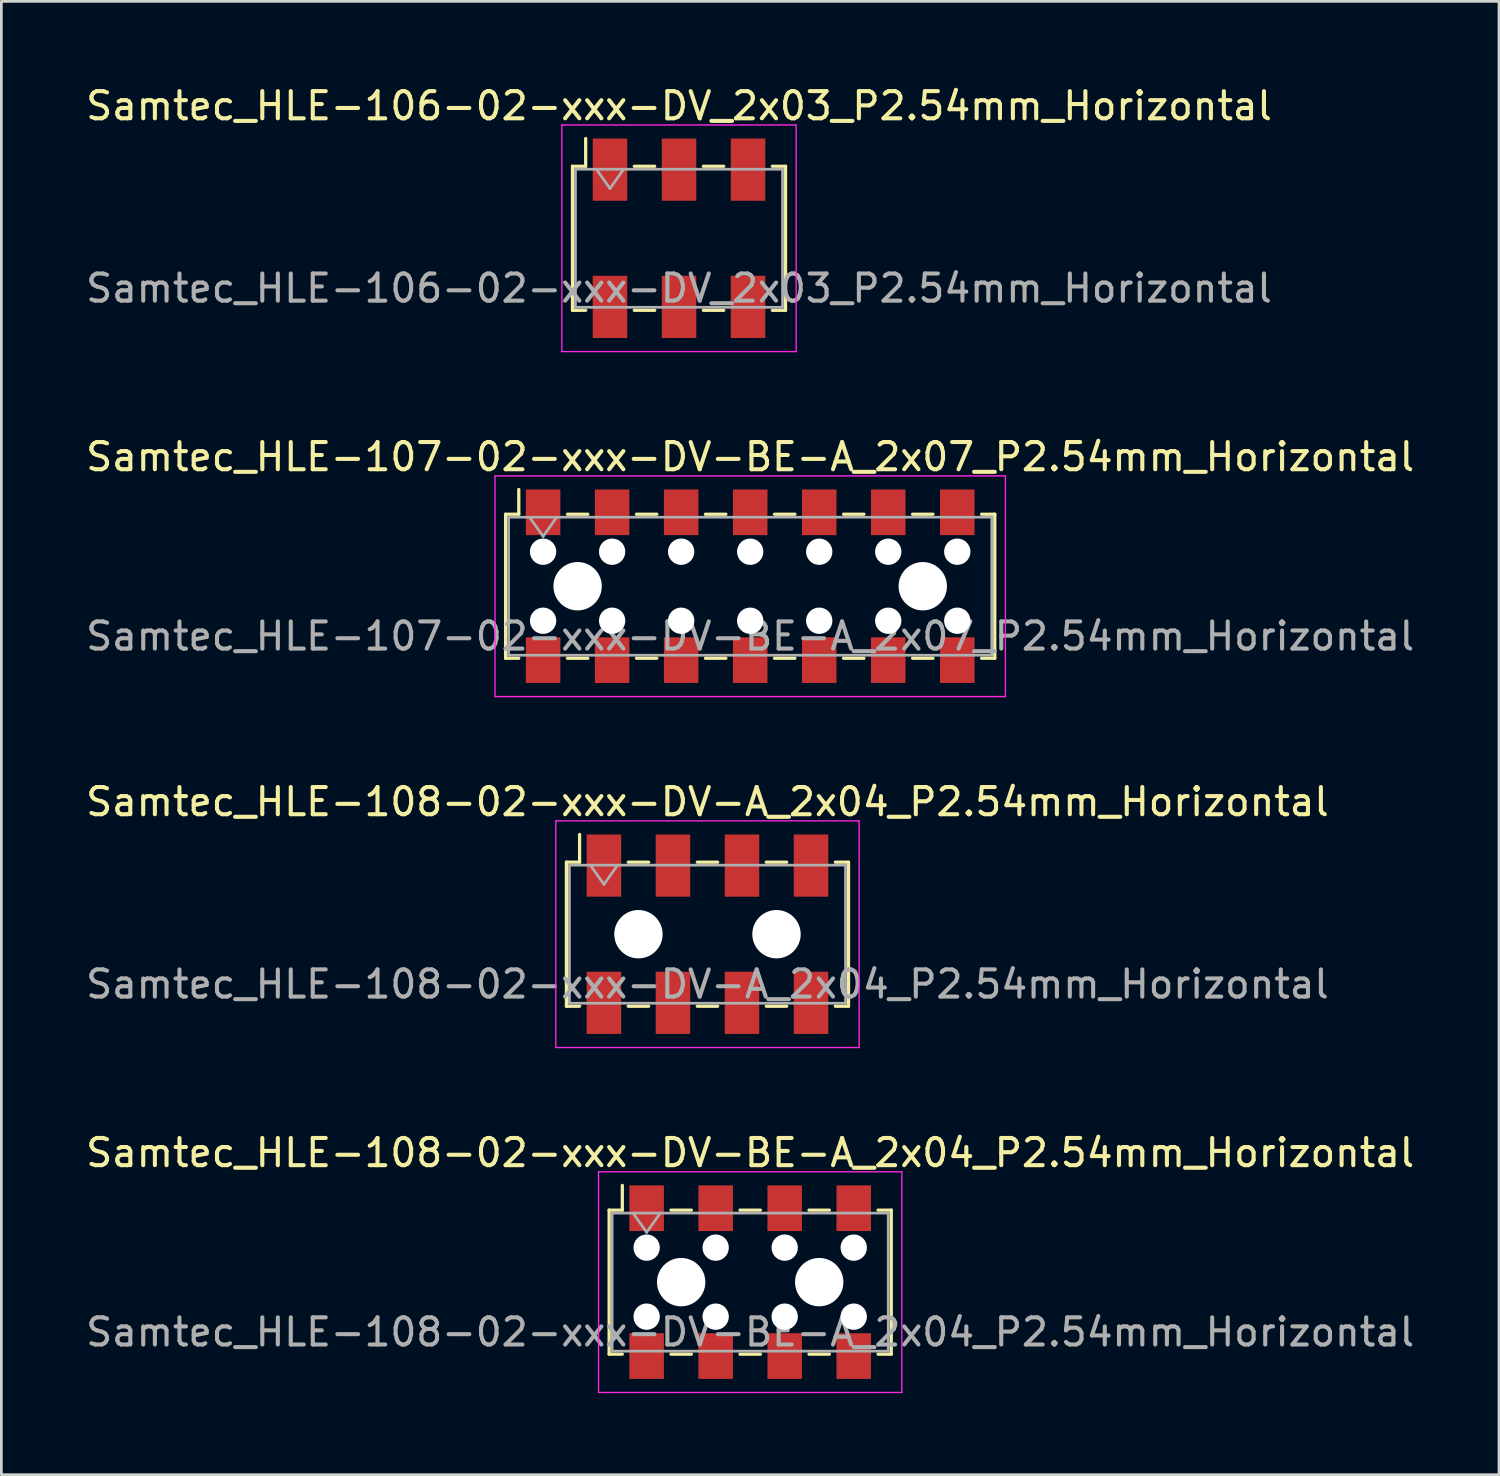
<source format=kicad_pcb>
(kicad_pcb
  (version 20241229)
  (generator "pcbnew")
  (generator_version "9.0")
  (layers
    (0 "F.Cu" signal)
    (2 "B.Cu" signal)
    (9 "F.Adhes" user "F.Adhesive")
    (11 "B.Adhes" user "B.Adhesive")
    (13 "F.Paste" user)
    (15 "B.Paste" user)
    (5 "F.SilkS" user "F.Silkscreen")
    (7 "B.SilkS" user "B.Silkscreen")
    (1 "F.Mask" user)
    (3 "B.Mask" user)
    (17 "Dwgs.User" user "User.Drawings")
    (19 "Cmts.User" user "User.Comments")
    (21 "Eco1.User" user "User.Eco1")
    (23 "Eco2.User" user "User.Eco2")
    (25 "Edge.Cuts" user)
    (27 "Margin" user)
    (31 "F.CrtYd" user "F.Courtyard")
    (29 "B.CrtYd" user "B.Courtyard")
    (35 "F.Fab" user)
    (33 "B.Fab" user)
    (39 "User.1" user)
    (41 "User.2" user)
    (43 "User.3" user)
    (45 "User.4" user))
  (footprint "Samtec_HLE-108-02-xxx-DV-A_2x04_P2.54mm_Horizontal"
    (layer "F.Cu")
    (at 22.982 31.325)
    (property "Reference" "Samtec_HLE-108-02-xxx-DV-A_2x04_P2.54mm_Horizontal" (at 0 -4.87 0) (layer "F.SilkS") (effects (font (size 1 1) (thickness 0.15))))
    (attr smd)
    (fp_line (start -5.19 -2.65) (end -5.19 2.65) (stroke (width 0.12) (type solid)) (layer "F.SilkS"))
    (fp_line (start -5.19 2.65) (end -4.705 2.65) (stroke (width 0.12) (type solid)) (layer "F.SilkS"))
    (fp_line (start -4.705 -3.67) (end -4.705 -2.65) (stroke (width 0.12) (type solid)) (layer "F.SilkS"))
    (fp_line (start -4.705 -2.65) (end -5.19 -2.65) (stroke (width 0.12) (type solid)) (layer "F.SilkS"))
    (fp_line (start -2.915 -2.65) (end -2.165 -2.65) (stroke (width 0.12) (type solid)) (layer "F.SilkS"))
    (fp_line (start -2.915 2.65) (end -2.165 2.65) (stroke (width 0.12) (type solid)) (layer "F.SilkS"))
    (fp_line (start -0.375 -2.65) (end 0.375 -2.65) (stroke (width 0.12) (type solid)) (layer "F.SilkS"))
    (fp_line (start -0.375 2.65) (end 0.375 2.65) (stroke (width 0.12) (type solid)) (layer "F.SilkS"))
    (fp_line (start 2.165 -2.65) (end 2.915 -2.65) (stroke (width 0.12) (type solid)) (layer "F.SilkS"))
    (fp_line (start 2.165 2.65) (end 2.915 2.65) (stroke (width 0.12) (type solid)) (layer "F.SilkS"))
    (fp_line (start 4.705 -2.65) (end 5.19 -2.65) (stroke (width 0.12) (type solid)) (layer "F.SilkS"))
    (fp_line (start 5.19 -2.65) (end 5.19 2.65) (stroke (width 0.12) (type solid)) (layer "F.SilkS"))
    (fp_line (start 5.19 2.65) (end 4.705 2.65) (stroke (width 0.12) (type solid)) (layer "F.SilkS"))
    (fp_line (start -5.58 -4.17) (end 5.58 -4.17) (stroke (width 0.05) (type solid)) (layer "F.CrtYd"))
    (fp_line (start -5.58 4.17) (end -5.58 -4.17) (stroke (width 0.05) (type solid)) (layer "F.CrtYd"))
    (fp_line (start 5.58 -4.17) (end 5.58 4.17) (stroke (width 0.05) (type solid)) (layer "F.CrtYd"))
    (fp_line (start 5.58 4.17) (end -5.58 4.17) (stroke (width 0.05) (type solid)) (layer "F.CrtYd"))
    (fp_line (start -5.08 -2.54) (end 5.08 -2.54) (stroke (width 0.1) (type solid)) (layer "F.Fab"))
    (fp_line (start -5.08 2.54) (end -5.08 -2.54) (stroke (width 0.1) (type solid)) (layer "F.Fab"))
    (fp_line (start -4.31 -2.54) (end -3.81 -1.833) (stroke (width 0.1) (type solid)) (layer "F.Fab"))
    (fp_line (start -3.81 -1.833) (end -3.31 -2.54) (stroke (width 0.1) (type solid)) (layer "F.Fab"))
    (fp_line (start 5.08 -2.54) (end 5.08 2.54) (stroke (width 0.1) (type solid)) (layer "F.Fab"))
    (fp_line (start 5.08 2.54) (end -5.08 2.54) (stroke (width 0.1) (type solid)) (layer "F.Fab"))
    (fp_text user "${REFERENCE}" (at 0 1.84 0) (layer "F.Fab") (effects (font (size 1 1) (thickness 0.15))))
    (pad "" np_thru_hole circle (at -2.54 0) (size 1.78 1.78) (drill 1.78) (layers "*.Cu" "*.Mask"))
    (pad "" np_thru_hole circle (at 2.54 0) (size 1.78 1.78) (drill 1.78) (layers "*.Cu" "*.Mask"))
    (pad "1" smd rect (at -3.81 -2.525) (size 1.27 2.29) (layers "F.Cu" "F.Mask" "F.Paste"))
    (pad "2" smd rect (at -3.81 2.525) (size 1.27 2.29) (layers "F.Cu" "F.Mask" "F.Paste"))
    (pad "3" smd rect (at -1.27 -2.525) (size 1.27 2.29) (layers "F.Cu" "F.Mask" "F.Paste"))
    (pad "4" smd rect (at -1.27 2.525) (size 1.27 2.29) (layers "F.Cu" "F.Mask" "F.Paste"))
    (pad "5" smd rect (at 1.27 -2.525) (size 1.27 2.29) (layers "F.Cu" "F.Mask" "F.Paste"))
    (pad "6" smd rect (at 1.27 2.525) (size 1.27 2.29) (layers "F.Cu" "F.Mask" "F.Paste"))
    (pad "7" smd rect (at 3.81 -2.525) (size 1.27 2.29) (layers "F.Cu" "F.Mask" "F.Paste"))
    (pad "8" smd rect (at 3.81 2.525) (size 1.27 2.29) (layers "F.Cu" "F.Mask" "F.Paste")))
  (footprint "Samtec_HLE-108-02-xxx-DV-BE-A_2x04_P2.54mm_Horizontal"
    (layer "F.Cu")
    (at 24.554 44.128)
    (property "Reference" "Samtec_HLE-108-02-xxx-DV-BE-A_2x04_P2.54mm_Horizontal" (at 0 -4.76 0) (layer "F.SilkS") (effects (font (size 1 1) (thickness 0.15))))
    (attr smd)
    (fp_line (start -5.19 -2.65) (end -5.19 2.65) (stroke (width 0.12) (type solid)) (layer "F.SilkS"))
    (fp_line (start -5.19 2.65) (end -4.705 2.65) (stroke (width 0.12) (type solid)) (layer "F.SilkS"))
    (fp_line (start -4.705 -3.56) (end -4.705 -2.65) (stroke (width 0.12) (type solid)) (layer "F.SilkS"))
    (fp_line (start -4.705 -2.65) (end -5.19 -2.65) (stroke (width 0.12) (type solid)) (layer "F.SilkS"))
    (fp_line (start -2.915 -2.65) (end -2.165 -2.65) (stroke (width 0.12) (type solid)) (layer "F.SilkS"))
    (fp_line (start -2.915 2.65) (end -2.165 2.65) (stroke (width 0.12) (type solid)) (layer "F.SilkS"))
    (fp_line (start -0.375 -2.65) (end 0.375 -2.65) (stroke (width 0.12) (type solid)) (layer "F.SilkS"))
    (fp_line (start -0.375 2.65) (end 0.375 2.65) (stroke (width 0.12) (type solid)) (layer "F.SilkS"))
    (fp_line (start 2.165 -2.65) (end 2.915 -2.65) (stroke (width 0.12) (type solid)) (layer "F.SilkS"))
    (fp_line (start 2.165 2.65) (end 2.915 2.65) (stroke (width 0.12) (type solid)) (layer "F.SilkS"))
    (fp_line (start 4.705 -2.65) (end 5.19 -2.65) (stroke (width 0.12) (type solid)) (layer "F.SilkS"))
    (fp_line (start 5.19 -2.65) (end 5.19 2.65) (stroke (width 0.12) (type solid)) (layer "F.SilkS"))
    (fp_line (start 5.19 2.65) (end 4.705 2.65) (stroke (width 0.12) (type solid)) (layer "F.SilkS"))
    (fp_line (start -5.58 -4.06) (end 5.58 -4.06) (stroke (width 0.05) (type solid)) (layer "F.CrtYd"))
    (fp_line (start -5.58 4.06) (end -5.58 -4.06) (stroke (width 0.05) (type solid)) (layer "F.CrtYd"))
    (fp_line (start 5.58 -4.06) (end 5.58 4.06) (stroke (width 0.05) (type solid)) (layer "F.CrtYd"))
    (fp_line (start 5.58 4.06) (end -5.58 4.06) (stroke (width 0.05) (type solid)) (layer "F.CrtYd"))
    (fp_line (start -5.08 -2.54) (end 5.08 -2.54) (stroke (width 0.1) (type solid)) (layer "F.Fab"))
    (fp_line (start -5.08 2.54) (end -5.08 -2.54) (stroke (width 0.1) (type solid)) (layer "F.Fab"))
    (fp_line (start -4.31 -2.54) (end -3.81 -1.833) (stroke (width 0.1) (type solid)) (layer "F.Fab"))
    (fp_line (start -3.81 -1.833) (end -3.31 -2.54) (stroke (width 0.1) (type solid)) (layer "F.Fab"))
    (fp_line (start 5.08 -2.54) (end 5.08 2.54) (stroke (width 0.1) (type solid)) (layer "F.Fab"))
    (fp_line (start 5.08 2.54) (end -5.08 2.54) (stroke (width 0.1) (type solid)) (layer "F.Fab"))
    (fp_text user "${REFERENCE}" (at 0 1.84 0) (layer "F.Fab") (effects (font (size 1 1) (thickness 0.15))))
    (pad "" np_thru_hole circle (at -3.81 -1.27) (size 0.97 0.97) (drill 0.97) (layers "*.Cu" "*.Mask"))
    (pad "" np_thru_hole circle (at -3.81 1.27) (size 0.97 0.97) (drill 0.97) (layers "*.Cu" "*.Mask"))
    (pad "" np_thru_hole circle (at -2.54 0) (size 1.78 1.78) (drill 1.78) (layers "*.Cu" "*.Mask"))
    (pad "" np_thru_hole circle (at -1.27 -1.27) (size 0.97 0.97) (drill 0.97) (layers "*.Cu" "*.Mask"))
    (pad "" np_thru_hole circle (at -1.27 1.27) (size 0.97 0.97) (drill 0.97) (layers "*.Cu" "*.Mask"))
    (pad "" np_thru_hole circle (at 1.27 -1.27) (size 0.97 0.97) (drill 0.97) (layers "*.Cu" "*.Mask"))
    (pad "" np_thru_hole circle (at 1.27 1.27) (size 0.97 0.97) (drill 0.97) (layers "*.Cu" "*.Mask"))
    (pad "" np_thru_hole circle (at 2.54 0) (size 1.78 1.78) (drill 1.78) (layers "*.Cu" "*.Mask"))
    (pad "" np_thru_hole circle (at 3.81 -1.27) (size 0.97 0.97) (drill 0.97) (layers "*.Cu" "*.Mask"))
    (pad "" np_thru_hole circle (at 3.81 1.27) (size 0.97 0.97) (drill 0.97) (layers "*.Cu" "*.Mask"))
    (pad "1" smd rect (at -3.81 -2.72) (size 1.27 1.68) (layers "F.Cu" "F.Mask" "F.Paste"))
    (pad "2" smd rect (at -3.81 2.72) (size 1.27 1.68) (layers "F.Cu" "F.Mask" "F.Paste"))
    (pad "3" smd rect (at -1.27 -2.72) (size 1.27 1.68) (layers "F.Cu" "F.Mask" "F.Paste"))
    (pad "4" smd rect (at -1.27 2.72) (size 1.27 1.68) (layers "F.Cu" "F.Mask" "F.Paste"))
    (pad "5" smd rect (at 1.27 -2.72) (size 1.27 1.68) (layers "F.Cu" "F.Mask" "F.Paste"))
    (pad "6" smd rect (at 1.27 2.72) (size 1.27 1.68) (layers "F.Cu" "F.Mask" "F.Paste"))
    (pad "7" smd rect (at 3.81 -2.72) (size 1.27 1.68) (layers "F.Cu" "F.Mask" "F.Paste"))
    (pad "8" smd rect (at 3.81 2.72) (size 1.27 1.68) (layers "F.Cu" "F.Mask" "F.Paste")))
  (footprint "Samtec_HLE-106-02-xxx-DV_2x03_P2.54mm_Horizontal"
    (layer "F.Cu")
    (at 21.935 5.718)
    (property "Reference" "Samtec_HLE-106-02-xxx-DV_2x03_P2.54mm_Horizontal" (at 0 -4.87 0) (layer "F.SilkS") (effects (font (size 1 1) (thickness 0.15))))
    (attr smd)
    (fp_line (start -3.92 -2.65) (end -3.92 2.65) (stroke (width 0.12) (type solid)) (layer "F.SilkS"))
    (fp_line (start -3.92 2.65) (end -3.435 2.65) (stroke (width 0.12) (type solid)) (layer "F.SilkS"))
    (fp_line (start -3.435 -3.67) (end -3.435 -2.65) (stroke (width 0.12) (type solid)) (layer "F.SilkS"))
    (fp_line (start -3.435 -2.65) (end -3.92 -2.65) (stroke (width 0.12) (type solid)) (layer "F.SilkS"))
    (fp_line (start -1.645 -2.65) (end -0.895 -2.65) (stroke (width 0.12) (type solid)) (layer "F.SilkS"))
    (fp_line (start -1.645 2.65) (end -0.895 2.65) (stroke (width 0.12) (type solid)) (layer "F.SilkS"))
    (fp_line (start 0.895 -2.65) (end 1.645 -2.65) (stroke (width 0.12) (type solid)) (layer "F.SilkS"))
    (fp_line (start 0.895 2.65) (end 1.645 2.65) (stroke (width 0.12) (type solid)) (layer "F.SilkS"))
    (fp_line (start 3.435 -2.65) (end 3.92 -2.65) (stroke (width 0.12) (type solid)) (layer "F.SilkS"))
    (fp_line (start 3.92 -2.65) (end 3.92 2.65) (stroke (width 0.12) (type solid)) (layer "F.SilkS"))
    (fp_line (start 3.92 2.65) (end 3.435 2.65) (stroke (width 0.12) (type solid)) (layer "F.SilkS"))
    (fp_line (start -4.31 -4.17) (end 4.31 -4.17) (stroke (width 0.05) (type solid)) (layer "F.CrtYd"))
    (fp_line (start -4.31 4.17) (end -4.31 -4.17) (stroke (width 0.05) (type solid)) (layer "F.CrtYd"))
    (fp_line (start 4.31 -4.17) (end 4.31 4.17) (stroke (width 0.05) (type solid)) (layer "F.CrtYd"))
    (fp_line (start 4.31 4.17) (end -4.31 4.17) (stroke (width 0.05) (type solid)) (layer "F.CrtYd"))
    (fp_line (start -3.81 -2.54) (end 3.81 -2.54) (stroke (width 0.1) (type solid)) (layer "F.Fab"))
    (fp_line (start -3.81 2.54) (end -3.81 -2.54) (stroke (width 0.1) (type solid)) (layer "F.Fab"))
    (fp_line (start -3.04 -2.54) (end -2.54 -1.833) (stroke (width 0.1) (type solid)) (layer "F.Fab"))
    (fp_line (start -2.54 -1.833) (end -2.04 -2.54) (stroke (width 0.1) (type solid)) (layer "F.Fab"))
    (fp_line (start 3.81 -2.54) (end 3.81 2.54) (stroke (width 0.1) (type solid)) (layer "F.Fab"))
    (fp_line (start 3.81 2.54) (end -3.81 2.54) (stroke (width 0.1) (type solid)) (layer "F.Fab"))
    (fp_text user "${REFERENCE}" (at 0 1.84 0) (layer "F.Fab") (effects (font (size 1 1) (thickness 0.15))))
    (pad "1" smd rect (at -2.54 -2.525) (size 1.27 2.29) (layers "F.Cu" "F.Mask" "F.Paste"))
    (pad "2" smd rect (at -2.54 2.525) (size 1.27 2.29) (layers "F.Cu" "F.Mask" "F.Paste"))
    (pad "3" smd rect (at 0 -2.525) (size 1.27 2.29) (layers "F.Cu" "F.Mask" "F.Paste"))
    (pad "4" smd rect (at 0 2.525) (size 1.27 2.29) (layers "F.Cu" "F.Mask" "F.Paste"))
    (pad "5" smd rect (at 2.54 -2.525) (size 1.27 2.29) (layers "F.Cu" "F.Mask" "F.Paste"))
    (pad "6" smd rect (at 2.54 2.525) (size 1.27 2.29) (layers "F.Cu" "F.Mask" "F.Paste")))
  (footprint "Samtec_HLE-107-02-xxx-DV-BE-A_2x07_P2.54mm_Horizontal"
    (layer "F.Cu")
    (at 24.554 18.521)
    (property "Reference" "Samtec_HLE-107-02-xxx-DV-BE-A_2x07_P2.54mm_Horizontal" (at 0 -4.76 0) (layer "F.SilkS") (effects (font (size 1 1) (thickness 0.15))))
    (attr smd)
    (fp_line (start -9 -2.65) (end -9 2.65) (stroke (width 0.12) (type solid)) (layer "F.SilkS"))
    (fp_line (start -9 2.65) (end -8.515 2.65) (stroke (width 0.12) (type solid)) (layer "F.SilkS"))
    (fp_line (start -8.515 -3.56) (end -8.515 -2.65) (stroke (width 0.12) (type solid)) (layer "F.SilkS"))
    (fp_line (start -8.515 -2.65) (end -9 -2.65) (stroke (width 0.12) (type solid)) (layer "F.SilkS"))
    (fp_line (start -6.725 -2.65) (end -5.975 -2.65) (stroke (width 0.12) (type solid)) (layer "F.SilkS"))
    (fp_line (start -6.725 2.65) (end -5.975 2.65) (stroke (width 0.12) (type solid)) (layer "F.SilkS"))
    (fp_line (start -4.185 -2.65) (end -3.435 -2.65) (stroke (width 0.12) (type solid)) (layer "F.SilkS"))
    (fp_line (start -4.185 2.65) (end -3.435 2.65) (stroke (width 0.12) (type solid)) (layer "F.SilkS"))
    (fp_line (start -1.645 -2.65) (end -0.895 -2.65) (stroke (width 0.12) (type solid)) (layer "F.SilkS"))
    (fp_line (start -1.645 2.65) (end -0.895 2.65) (stroke (width 0.12) (type solid)) (layer "F.SilkS"))
    (fp_line (start 0.895 -2.65) (end 1.645 -2.65) (stroke (width 0.12) (type solid)) (layer "F.SilkS"))
    (fp_line (start 0.895 2.65) (end 1.645 2.65) (stroke (width 0.12) (type solid)) (layer "F.SilkS"))
    (fp_line (start 3.435 -2.65) (end 4.185 -2.65) (stroke (width 0.12) (type solid)) (layer "F.SilkS"))
    (fp_line (start 3.435 2.65) (end 4.185 2.65) (stroke (width 0.12) (type solid)) (layer "F.SilkS"))
    (fp_line (start 5.975 -2.65) (end 6.725 -2.65) (stroke (width 0.12) (type solid)) (layer "F.SilkS"))
    (fp_line (start 5.975 2.65) (end 6.725 2.65) (stroke (width 0.12) (type solid)) (layer "F.SilkS"))
    (fp_line (start 8.515 -2.65) (end 9 -2.65) (stroke (width 0.12) (type solid)) (layer "F.SilkS"))
    (fp_line (start 9 -2.65) (end 9 2.65) (stroke (width 0.12) (type solid)) (layer "F.SilkS"))
    (fp_line (start 9 2.65) (end 8.515 2.65) (stroke (width 0.12) (type solid)) (layer "F.SilkS"))
    (fp_line (start -9.39 -4.06) (end 9.39 -4.06) (stroke (width 0.05) (type solid)) (layer "F.CrtYd"))
    (fp_line (start -9.39 4.06) (end -9.39 -4.06) (stroke (width 0.05) (type solid)) (layer "F.CrtYd"))
    (fp_line (start 9.39 -4.06) (end 9.39 4.06) (stroke (width 0.05) (type solid)) (layer "F.CrtYd"))
    (fp_line (start 9.39 4.06) (end -9.39 4.06) (stroke (width 0.05) (type solid)) (layer "F.CrtYd"))
    (fp_line (start -8.89 -2.54) (end 8.89 -2.54) (stroke (width 0.1) (type solid)) (layer "F.Fab"))
    (fp_line (start -8.89 2.54) (end -8.89 -2.54) (stroke (width 0.1) (type solid)) (layer "F.Fab"))
    (fp_line (start -8.12 -2.54) (end -7.62 -1.833) (stroke (width 0.1) (type solid)) (layer "F.Fab"))
    (fp_line (start -7.62 -1.833) (end -7.12 -2.54) (stroke (width 0.1) (type solid)) (layer "F.Fab"))
    (fp_line (start 8.89 -2.54) (end 8.89 2.54) (stroke (width 0.1) (type solid)) (layer "F.Fab"))
    (fp_line (start 8.89 2.54) (end -8.89 2.54) (stroke (width 0.1) (type solid)) (layer "F.Fab"))
    (fp_text user "${REFERENCE}" (at 0 1.84 0) (layer "F.Fab") (effects (font (size 1 1) (thickness 0.15))))
    (pad "" np_thru_hole circle (at -7.62 -1.27) (size 0.97 0.97) (drill 0.97) (layers "*.Cu" "*.Mask"))
    (pad "" np_thru_hole circle (at -7.62 1.27) (size 0.97 0.97) (drill 0.97) (layers "*.Cu" "*.Mask"))
    (pad "" np_thru_hole circle (at -6.35 0) (size 1.78 1.78) (drill 1.78) (layers "*.Cu" "*.Mask"))
    (pad "" np_thru_hole circle (at -5.08 -1.27) (size 0.97 0.97) (drill 0.97) (layers "*.Cu" "*.Mask"))
    (pad "" np_thru_hole circle (at -5.08 1.27) (size 0.97 0.97) (drill 0.97) (layers "*.Cu" "*.Mask"))
    (pad "" np_thru_hole circle (at -2.54 -1.27) (size 0.97 0.97) (drill 0.97) (layers "*.Cu" "*.Mask"))
    (pad "" np_thru_hole circle (at -2.54 1.27) (size 0.97 0.97) (drill 0.97) (layers "*.Cu" "*.Mask"))
    (pad "" np_thru_hole circle (at 0 -1.27) (size 0.97 0.97) (drill 0.97) (layers "*.Cu" "*.Mask"))
    (pad "" np_thru_hole circle (at 0 1.27) (size 0.97 0.97) (drill 0.97) (layers "*.Cu" "*.Mask"))
    (pad "" np_thru_hole circle (at 2.54 -1.27) (size 0.97 0.97) (drill 0.97) (layers "*.Cu" "*.Mask"))
    (pad "" np_thru_hole circle (at 2.54 1.27) (size 0.97 0.97) (drill 0.97) (layers "*.Cu" "*.Mask"))
    (pad "" np_thru_hole circle (at 5.08 -1.27) (size 0.97 0.97) (drill 0.97) (layers "*.Cu" "*.Mask"))
    (pad "" np_thru_hole circle (at 5.08 1.27) (size 0.97 0.97) (drill 0.97) (layers "*.Cu" "*.Mask"))
    (pad "" np_thru_hole circle (at 6.35 0) (size 1.78 1.78) (drill 1.78) (layers "*.Cu" "*.Mask"))
    (pad "" np_thru_hole circle (at 7.62 -1.27) (size 0.97 0.97) (drill 0.97) (layers "*.Cu" "*.Mask"))
    (pad "" np_thru_hole circle (at 7.62 1.27) (size 0.97 0.97) (drill 0.97) (layers "*.Cu" "*.Mask"))
    (pad "1" smd rect (at -7.62 -2.72) (size 1.27 1.68) (layers "F.Cu" "F.Mask" "F.Paste"))
    (pad "2" smd rect (at -7.62 2.72) (size 1.27 1.68) (layers "F.Cu" "F.Mask" "F.Paste"))
    (pad "3" smd rect (at -5.08 -2.72) (size 1.27 1.68) (layers "F.Cu" "F.Mask" "F.Paste"))
    (pad "4" smd rect (at -5.08 2.72) (size 1.27 1.68) (layers "F.Cu" "F.Mask" "F.Paste"))
    (pad "5" smd rect (at -2.54 -2.72) (size 1.27 1.68) (layers "F.Cu" "F.Mask" "F.Paste"))
    (pad "6" smd rect (at -2.54 2.72) (size 1.27 1.68) (layers "F.Cu" "F.Mask" "F.Paste"))
    (pad "7" smd rect (at 0 -2.72) (size 1.27 1.68) (layers "F.Cu" "F.Mask" "F.Paste"))
    (pad "8" smd rect (at 0 2.72) (size 1.27 1.68) (layers "F.Cu" "F.Mask" "F.Paste"))
    (pad "9" smd rect (at 2.54 -2.72) (size 1.27 1.68) (layers "F.Cu" "F.Mask" "F.Paste"))
    (pad "10" smd rect (at 2.54 2.72) (size 1.27 1.68) (layers "F.Cu" "F.Mask" "F.Paste"))
    (pad "11" smd rect (at 5.08 -2.72) (size 1.27 1.68) (layers "F.Cu" "F.Mask" "F.Paste"))
    (pad "12" smd rect (at 5.08 2.72) (size 1.27 1.68) (layers "F.Cu" "F.Mask" "F.Paste"))
    (pad "13" smd rect (at 7.62 -2.72) (size 1.27 1.68) (layers "F.Cu" "F.Mask" "F.Paste"))
    (pad "14" smd rect (at 7.62 2.72) (size 1.27 1.68) (layers "F.Cu" "F.Mask" "F.Paste")))
  (gr_rect
    (start -3 -3)
    (end 52.107 51.213)
    (stroke (width 0.1) (type default))
    (fill no)
    (layer "Edge.Cuts")))
</source>
